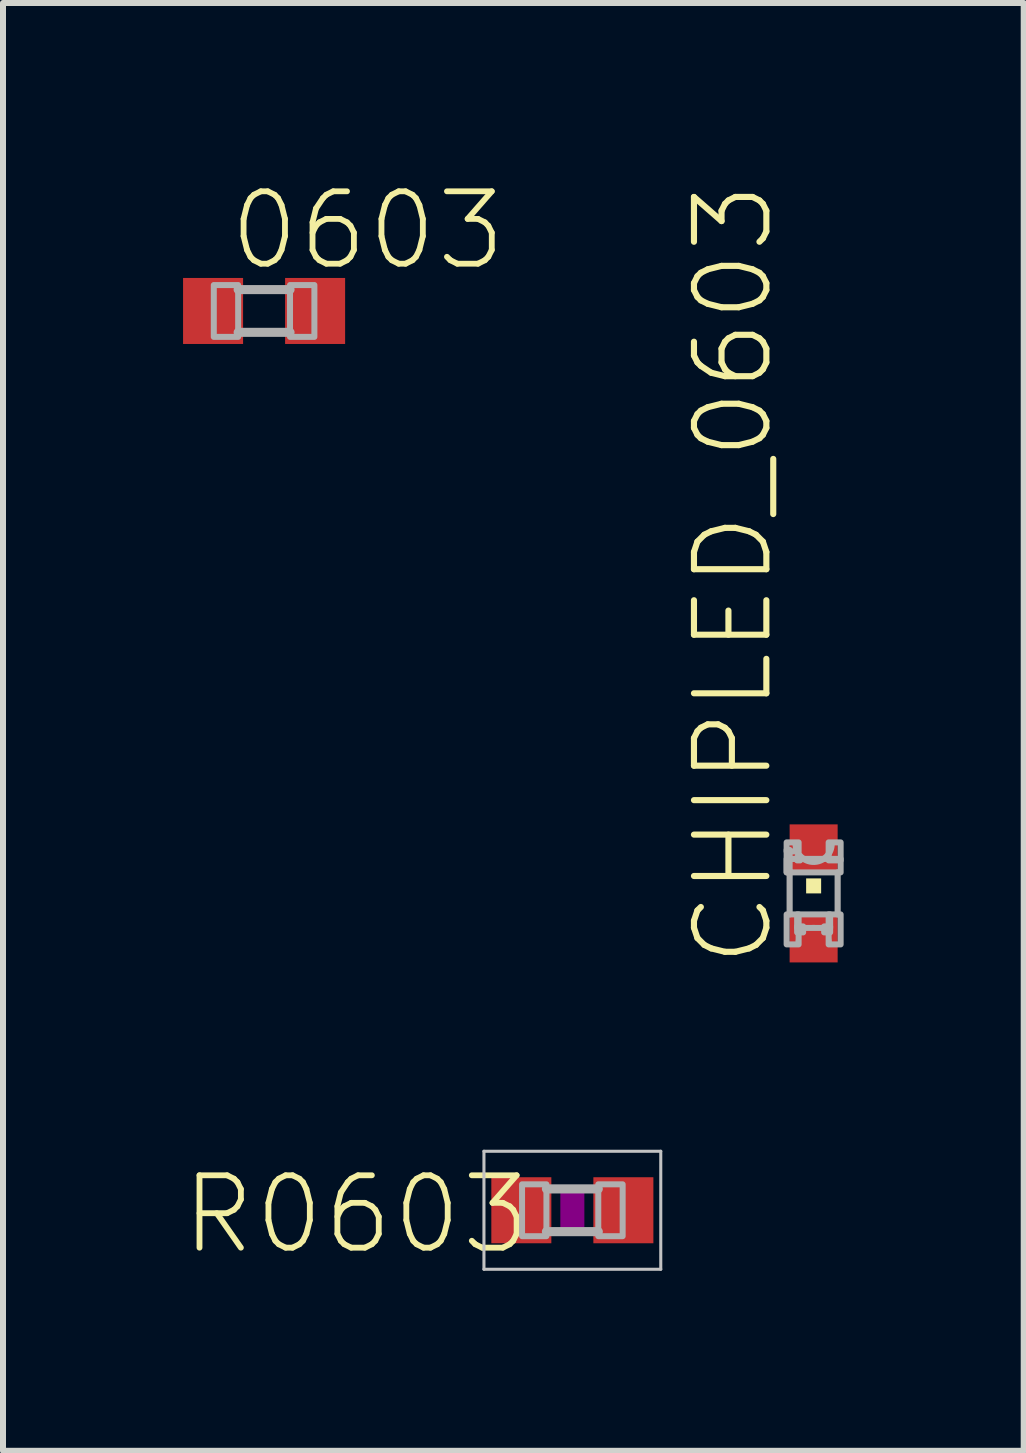
<source format=kicad_pcb>
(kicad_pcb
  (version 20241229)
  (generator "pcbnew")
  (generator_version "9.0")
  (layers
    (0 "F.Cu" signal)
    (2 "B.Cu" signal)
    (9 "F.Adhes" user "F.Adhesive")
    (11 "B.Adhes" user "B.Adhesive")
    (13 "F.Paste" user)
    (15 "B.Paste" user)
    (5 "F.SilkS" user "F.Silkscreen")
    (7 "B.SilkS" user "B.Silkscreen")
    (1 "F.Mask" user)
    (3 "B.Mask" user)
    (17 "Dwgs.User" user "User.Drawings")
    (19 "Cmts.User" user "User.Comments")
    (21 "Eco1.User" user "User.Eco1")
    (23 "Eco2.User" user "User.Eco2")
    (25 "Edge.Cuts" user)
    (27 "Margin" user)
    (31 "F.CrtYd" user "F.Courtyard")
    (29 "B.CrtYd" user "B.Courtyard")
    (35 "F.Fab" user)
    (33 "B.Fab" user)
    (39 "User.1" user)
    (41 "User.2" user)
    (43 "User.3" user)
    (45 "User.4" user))
  (footprint "R0603"
    (layer "F.Cu")
    (at 6.486 17.114)
    (property "Reference" "R0603" (at -0.635 -0.635 180) (layer "F.SilkS") (effects (font (size 1.206 1.206) (thickness 0.097)) (justify right top)))
    (attr through_hole)
    (fp_poly (pts (xy -0.2 0.4) (xy 0.2 0.4) (xy 0.2 -0.4) (xy -0.2 -0.4)) (stroke (width 0) (type solid)) (fill yes) (layer "F.Adhes"))
    (fp_line (start -1.473 -0.983) (end 1.473 -0.983) (stroke (width 0.051) (type solid)) (layer "Dwgs.User"))
    (fp_line (start -1.473 0.983) (end -1.473 -0.983) (stroke (width 0.051) (type solid)) (layer "Dwgs.User"))
    (fp_line (start 1.473 -0.983) (end 1.473 0.983) (stroke (width 0.051) (type solid)) (layer "Dwgs.User"))
    (fp_line (start 1.473 0.983) (end -1.473 0.983) (stroke (width 0.051) (type solid)) (layer "Dwgs.User"))
    (fp_line (start -0.432 0.356) (end 0.432 0.356) (stroke (width 0.152) (type solid)) (layer "F.Fab"))
    (fp_line (start 0.432 -0.356) (end -0.432 -0.356) (stroke (width 0.152) (type solid)) (layer "F.Fab"))
    (fp_poly (pts (xy -0.838 0.432) (xy -0.432 0.432) (xy -0.432 -0.432) (xy -0.838 -0.432)) (stroke (width 0.1) (type solid)) (fill no) (layer "F.Fab"))
    (fp_poly (pts (xy 0.432 0.432) (xy 0.838 0.432) (xy 0.838 -0.432) (xy 0.432 -0.432)) (stroke (width 0.1) (type solid)) (fill no) (layer "F.Fab"))
    (pad "1" smd rect (at -0.85 0) (size 1 1.1) (layers "F.Cu" "F.Mask" "F.Paste"))
    (pad "2" smd rect (at 0.85 0) (size 1 1.1) (layers "F.Cu" "F.Mask" "F.Paste")))
  (footprint "0603"
    (layer "F.Cu")
    (at 1.35 2.131)
    (property "Reference" "0603" (at -0.635 -0.635 0) (layer "F.SilkS") (effects (font (size 1.206 1.206) (thickness 0.097)) (justify left bottom)))
    (attr through_hole)
    (fp_line (start -0.432 0.356) (end 0.432 0.356) (stroke (width 0.152) (type solid)) (layer "F.Fab"))
    (fp_line (start 0.432 -0.356) (end -0.432 -0.356) (stroke (width 0.152) (type solid)) (layer "F.Fab"))
    (fp_poly (pts (xy -0.838 0.432) (xy -0.432 0.432) (xy -0.432 -0.432) (xy -0.838 -0.432)) (stroke (width 0.1) (type solid)) (fill no) (layer "F.Fab"))
    (fp_poly (pts (xy 0.432 0.432) (xy 0.838 0.432) (xy 0.838 -0.432) (xy 0.432 -0.432)) (stroke (width 0.1) (type solid)) (fill no) (layer "F.Fab"))
    (pad "1" smd rect (at -0.85 0) (size 1 1.1) (layers "F.Cu" "F.Mask" "F.Paste"))
    (pad "2" smd rect (at 0.85 0) (size 1 1.1) (layers "F.Cu" "F.Mask" "F.Paste")))
  (footprint "CHIPLED_0603"
    (layer "F.Cu")
    (at 10.506 11.835)
    (property "Reference" "CHIPLED_0603" (at -0.635 1.27 90) (layer "F.SilkS") (effects (font (size 1.206 1.206) (thickness 0.102)) (justify left bottom)))
    (attr through_hole)
    (fp_poly (pts (xy -0.125 0) (xy 0.125 0) (xy 0.125 -0.25) (xy -0.125 -0.25)) (stroke (width 0) (type solid)) (fill yes) (layer "F.SilkS"))
    (fp_line (start -0.4 -0.375) (end -0.4 0.35) (stroke (width 0.102) (type solid)) (layer "F.Fab"))
    (fp_line (start 0.4 -0.35) (end 0.4 0.35) (stroke (width 0.102) (type solid)) (layer "F.Fab"))
    (fp_arc (start -0.275 0.825) (mid 0 0.55) (end 0.275 0.825) (stroke (width 0.0508) (type solid)) (layer "F.Fab"))
    (fp_arc (start 0.3 -0.799998) (mid -0.000001 -0.524966) (end -0.3 -0.8) (stroke (width 0.1016) (type solid)) (layer "F.Fab"))
    (fp_circle (center -0.35 -0.625) (end -0.275 -0.625) (stroke (width 0.051) (type solid)) (fill no) (layer "F.Fab"))
    (fp_poly (pts (xy -0.45 -0.7) (xy -0.25 -0.7) (xy -0.25 -0.85) (xy -0.45 -0.85)) (stroke (width 0.1) (type solid)) (fill no) (layer "F.Fab"))
    (fp_poly (pts (xy -0.45 -0.35) (xy -0.4 -0.35) (xy -0.4 -0.725) (xy -0.45 -0.725)) (stroke (width 0.1) (type solid)) (fill no) (layer "F.Fab"))
    (fp_poly (pts (xy -0.45 -0.35) (xy 0.45 -0.35) (xy 0.45 -0.575) (xy -0.45 -0.575)) (stroke (width 0.1) (type solid)) (fill no) (layer "F.Fab"))
    (fp_poly (pts (xy -0.45 0.85) (xy -0.25 0.85) (xy -0.25 0.35) (xy -0.45 0.35)) (stroke (width 0.1) (type solid)) (fill no) (layer "F.Fab"))
    (fp_poly (pts (xy -0.275 -0.55) (xy -0.225 -0.55) (xy -0.225 -0.6) (xy -0.275 -0.6)) (stroke (width 0.1) (type solid)) (fill no) (layer "F.Fab"))
    (fp_poly (pts (xy -0.275 0.575) (xy 0.275 0.575) (xy 0.275 0.35) (xy -0.275 0.35)) (stroke (width 0.1) (type solid)) (fill no) (layer "F.Fab"))
    (fp_poly (pts (xy -0.275 0.65) (xy -0.175 0.65) (xy -0.175 0.55) (xy -0.275 0.55)) (stroke (width 0.1) (type solid)) (fill no) (layer "F.Fab"))
    (fp_poly (pts (xy 0.175 0.65) (xy 0.275 0.65) (xy 0.275 0.55) (xy 0.175 0.55)) (stroke (width 0.1) (type solid)) (fill no) (layer "F.Fab"))
    (fp_poly (pts (xy 0.25 -0.55) (xy 0.45 -0.55) (xy 0.45 -0.85) (xy 0.25 -0.85)) (stroke (width 0.1) (type solid)) (fill no) (layer "F.Fab"))
    (fp_poly (pts (xy 0.25 0.85) (xy 0.45 0.85) (xy 0.45 0.35) (xy 0.25 0.35)) (stroke (width 0.1) (type solid)) (fill no) (layer "F.Fab"))
    (pad "A" smd rect (at 0 0.75) (size 0.8 0.8) (layers "F.Cu" "F.Mask" "F.Paste"))
    (pad "C" smd rect (at 0 -0.75) (size 0.8 0.8) (layers "F.Cu" "F.Mask" "F.Paste")))
  (gr_rect
    (start -3 -3)
    (end 14.006 21.122)
    (stroke (width 0.1) (type default))
    (fill no)
    (layer "Edge.Cuts")))
</source>
